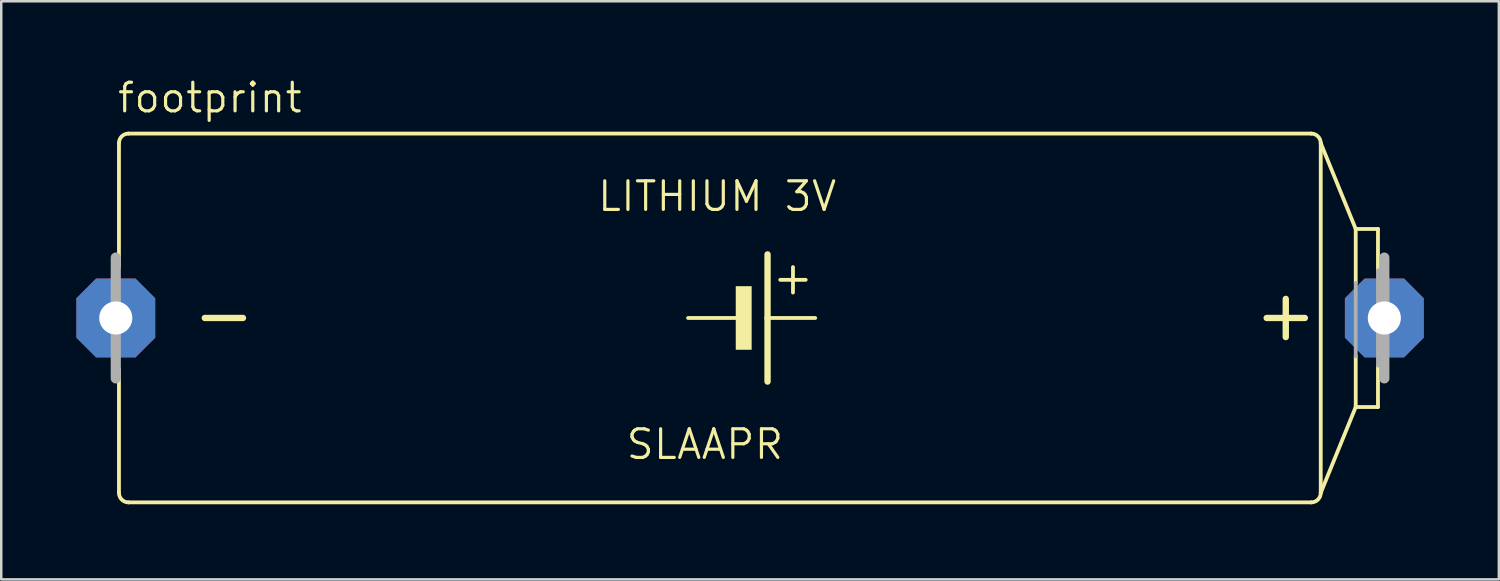
<source format=kicad_pcb>
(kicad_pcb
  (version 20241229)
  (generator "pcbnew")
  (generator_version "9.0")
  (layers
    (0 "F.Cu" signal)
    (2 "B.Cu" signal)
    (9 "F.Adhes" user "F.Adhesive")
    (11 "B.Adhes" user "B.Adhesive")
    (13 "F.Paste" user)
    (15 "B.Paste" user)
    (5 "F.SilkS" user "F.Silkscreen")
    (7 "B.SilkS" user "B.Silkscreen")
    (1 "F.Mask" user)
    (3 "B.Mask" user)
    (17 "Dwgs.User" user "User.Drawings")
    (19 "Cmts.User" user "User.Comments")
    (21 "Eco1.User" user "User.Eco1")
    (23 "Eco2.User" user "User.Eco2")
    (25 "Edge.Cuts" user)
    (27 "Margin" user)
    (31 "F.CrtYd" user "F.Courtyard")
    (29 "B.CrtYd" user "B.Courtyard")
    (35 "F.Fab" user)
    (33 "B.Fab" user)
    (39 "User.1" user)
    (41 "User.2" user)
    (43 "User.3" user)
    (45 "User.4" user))
  (footprint "footprint"
    (layer "F.Cu")
    (at 26.975 9.652)
    (property "Reference" "footprint" (at -25.4 -8.128 0) (layer "F.SilkS") (effects (font (size 1.143 1.143) (thickness 0.127)) (justify left bottom)))
    (fp_line (start -25.273 -6.985) (end -25.273 -2.032) (stroke (width 0.152) (type solid)) (layer "F.SilkS"))
    (fp_line (start -25.273 6.985) (end -25.273 2.032) (stroke (width 0.152) (type solid)) (layer "F.SilkS"))
    (fp_line (start -21.844 0) (end -20.32 0) (stroke (width 0.254) (type solid)) (layer "F.SilkS"))
    (fp_line (start -2.54 0) (end -0.635 0) (stroke (width 0.152) (type solid)) (layer "F.SilkS"))
    (fp_line (start 0.635 -2.54) (end 0.635 0) (stroke (width 0.254) (type solid)) (layer "F.SilkS"))
    (fp_line (start 0.635 0) (end 0.635 2.54) (stroke (width 0.254) (type solid)) (layer "F.SilkS"))
    (fp_line (start 0.635 0) (end 2.54 0) (stroke (width 0.152) (type solid)) (layer "F.SilkS"))
    (fp_line (start 1.143 -1.524) (end 2.159 -1.524) (stroke (width 0.152) (type solid)) (layer "F.SilkS"))
    (fp_line (start 1.651 -2.032) (end 1.651 -1.016) (stroke (width 0.152) (type solid)) (layer "F.SilkS"))
    (fp_line (start 20.574 0) (end 22.098 0) (stroke (width 0.254) (type solid)) (layer "F.SilkS"))
    (fp_line (start 21.336 0.762) (end 21.336 -0.762) (stroke (width 0.254) (type solid)) (layer "F.SilkS"))
    (fp_line (start 22.352 -7.366) (end -24.892 -7.366) (stroke (width 0.152) (type solid)) (layer "F.SilkS"))
    (fp_line (start 22.352 7.366) (end -24.892 7.366) (stroke (width 0.152) (type solid)) (layer "F.SilkS"))
    (fp_line (start 22.733 -6.985) (end 22.733 6.985) (stroke (width 0.152) (type solid)) (layer "F.SilkS"))
    (fp_line (start 22.733 6.985) (end 24.13 3.556) (stroke (width 0.152) (type solid)) (layer "F.SilkS"))
    (fp_line (start 24.13 -3.556) (end 22.733 -6.985) (stroke (width 0.152) (type solid)) (layer "F.SilkS"))
    (fp_line (start 24.13 -1.397) (end 24.13 -3.556) (stroke (width 0.152) (type solid)) (layer "F.SilkS"))
    (fp_line (start 24.13 3.556) (end 24.13 1.524) (stroke (width 0.152) (type solid)) (layer "F.SilkS"))
    (fp_line (start 25.019 -3.556) (end 24.13 -3.556) (stroke (width 0.152) (type solid)) (layer "F.SilkS"))
    (fp_line (start 25.019 -1.905) (end 25.019 -3.556) (stroke (width 0.152) (type solid)) (layer "F.SilkS"))
    (fp_line (start 25.019 3.556) (end 24.13 3.556) (stroke (width 0.152) (type solid)) (layer "F.SilkS"))
    (fp_line (start 25.019 3.556) (end 25.019 1.905) (stroke (width 0.152) (type solid)) (layer "F.SilkS"))
    (fp_arc (start -25.273 -6.985) (mid -25.161408 -7.254408) (end -24.892 -7.366) (stroke (width 0.1524) (type solid)) (layer "F.SilkS"))
    (fp_arc (start -24.892 7.366) (mid -25.161408 7.254408) (end -25.273 6.985) (stroke (width 0.1524) (type solid)) (layer "F.SilkS"))
    (fp_arc (start 22.352 -7.366) (mid 22.621408 -7.254408) (end 22.733 -6.985) (stroke (width 0.1524) (type solid)) (layer "F.SilkS"))
    (fp_arc (start 22.733 6.985) (mid 22.621408 7.254408) (end 22.352 7.366) (stroke (width 0.1524) (type solid)) (layer "F.SilkS"))
    (fp_poly (pts (xy -0.635 1.27) (xy 0 1.27) (xy 0 -1.27) (xy -0.635 -1.27)) (stroke (width 0) (type solid)) (fill yes) (layer "F.SilkS"))
    (fp_line (start -25.4 2.413) (end -25.4 -2.413) (stroke (width 0.406) (type solid)) (layer "F.Fab"))
    (fp_line (start 24.13 1.524) (end 24.13 -1.397) (stroke (width 0.152) (type solid)) (layer "F.Fab"))
    (fp_line (start 25.019 1.905) (end 25.019 -1.905) (stroke (width 0.152) (type solid)) (layer "F.Fab"))
    (fp_line (start 25.273 2.413) (end 25.273 -2.413) (stroke (width 0.406) (type solid)) (layer "F.Fab"))
    (fp_text user "LITHIUM 3V" (at -6.223 -4.191 0) (layer "F.SilkS") (effects (font (size 1.143 1.143) (thickness 0.127)) (justify left bottom)))
    (fp_text user "SLAAPR" (at -5.08 5.715 0) (layer "F.SilkS") (effects (font (size 1.143 1.143) (thickness 0.127)) (justify left bottom)))
    (pad "+" thru_hole roundrect (at 25.273 0) (size 3.15 3.15) (drill 1.321) (layers "*.Cu" "*.Mask") (roundrect_rratio 0.25) (chamfer_ratio 0.25) (chamfer top_left top_right bottom_left bottom_right))
    (pad "-" thru_hole roundrect (at -25.4 0) (size 3.15 3.15) (drill 1.321) (layers "*.Cu" "*.Mask") (roundrect_rratio 0.25) (chamfer_ratio 0.25) (chamfer top_left top_right bottom_left bottom_right)))
  (gr_rect
    (start -3 -3)
    (end 56.823 20.094)
    (stroke (width 0.1) (type default))
    (fill no)
    (layer "Edge.Cuts")))
</source>
